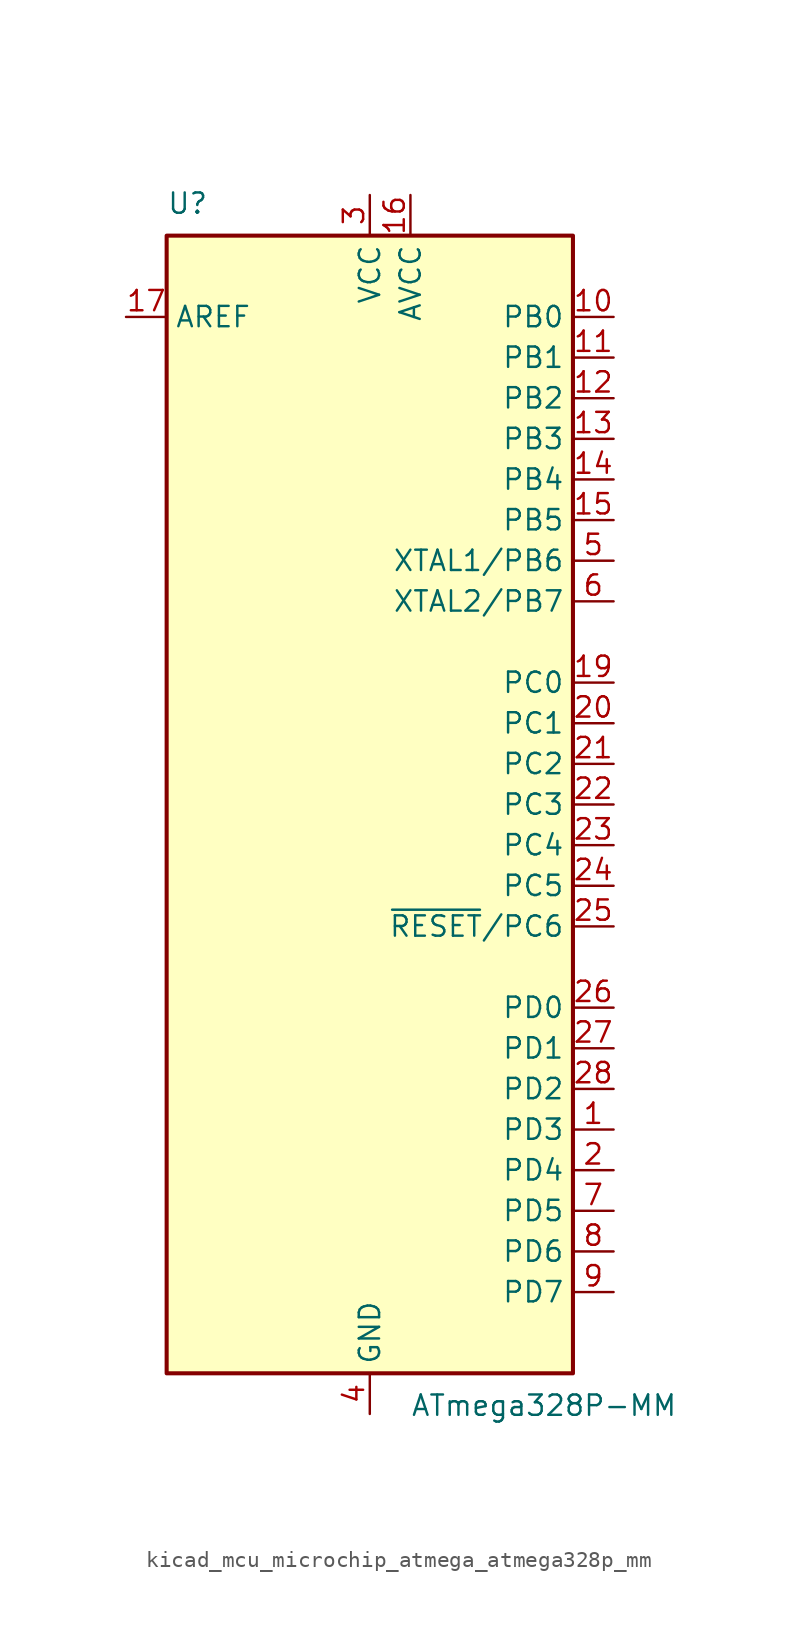
<source format=kicad_sym>
(kicad_symbol_lib
  (version 20220914)
  (generator kicad_symbol_editor)
  (symbol "kicad_mcu_microchip_atmega_atmega328p_mm"
    (property "Reference" "U"
      (at -12.7 36.83 0)
      (effects (font (size 1.27 1.27)) (justify left bottom)))
    (property "Value" "ATmega328P-MM"
      (at 2.54 -36.83 0)
      (effects (font (size 1.27 1.27)) (justify left top)))
    (symbol "kicad_mcu_microchip_atmega_atmega328p_mm_0_1"
      (rectangle (start -12.7 -35.56) (end 12.7 35.56) (stroke (width 0.254) (type default)) (fill (type background))))
    (symbol "kicad_mcu_microchip_atmega_atmega328p_mm_1_1"
      (pin bidirectional line (at 15.24 -20.32 180) (length 2.54) (name "PD3" (effects (font (size 1.27 1.27)))) (number "1" (effects (font (size 1.27 1.27)))))
      (pin bidirectional line (at 15.24 30.48 180) (length 2.54) (name "PB0" (effects (font (size 1.27 1.27)))) (number "10" (effects (font (size 1.27 1.27)))))
      (pin bidirectional line (at 15.24 27.94 180) (length 2.54) (name "PB1" (effects (font (size 1.27 1.27)))) (number "11" (effects (font (size 1.27 1.27)))))
      (pin bidirectional line (at 15.24 25.4 180) (length 2.54) (name "PB2" (effects (font (size 1.27 1.27)))) (number "12" (effects (font (size 1.27 1.27)))))
      (pin bidirectional line (at 15.24 22.86 180) (length 2.54) (name "PB3" (effects (font (size 1.27 1.27)))) (number "13" (effects (font (size 1.27 1.27)))))
      (pin bidirectional line (at 15.24 20.32 180) (length 2.54) (name "PB4" (effects (font (size 1.27 1.27)))) (number "14" (effects (font (size 1.27 1.27)))))
      (pin bidirectional line (at 15.24 17.78 180) (length 2.54) (name "PB5" (effects (font (size 1.27 1.27)))) (number "15" (effects (font (size 1.27 1.27)))))
      (pin power_in line (at 2.54 38.1 270) (length 2.54) (name "AVCC" (effects (font (size 1.27 1.27)))) (number "16" (effects (font (size 1.27 1.27)))))
      (pin passive line (at -15.24 30.48 0) (length 2.54) (name "AREF" (effects (font (size 1.27 1.27)))) (number "17" (effects (font (size 1.27 1.27)))))
      (pin passive line (at 0 -38.1 90) (length 2.54) hide (name "GND" (effects (font (size 1.27 1.27)))) (number "18" (effects (font (size 1.27 1.27)))))
      (pin bidirectional line (at 15.24 7.62 180) (length 2.54) (name "PC0" (effects (font (size 1.27 1.27)))) (number "19" (effects (font (size 1.27 1.27)))))
      (pin bidirectional line (at 15.24 -22.86 180) (length 2.54) (name "PD4" (effects (font (size 1.27 1.27)))) (number "2" (effects (font (size 1.27 1.27)))))
      (pin bidirectional line (at 15.24 5.08 180) (length 2.54) (name "PC1" (effects (font (size 1.27 1.27)))) (number "20" (effects (font (size 1.27 1.27)))))
      (pin bidirectional line (at 15.24 2.54 180) (length 2.54) (name "PC2" (effects (font (size 1.27 1.27)))) (number "21" (effects (font (size 1.27 1.27)))))
      (pin bidirectional line (at 15.24 0 180) (length 2.54) (name "PC3" (effects (font (size 1.27 1.27)))) (number "22" (effects (font (size 1.27 1.27)))))
      (pin bidirectional line (at 15.24 -2.54 180) (length 2.54) (name "PC4" (effects (font (size 1.27 1.27)))) (number "23" (effects (font (size 1.27 1.27)))))
      (pin bidirectional line (at 15.24 -5.08 180) (length 2.54) (name "PC5" (effects (font (size 1.27 1.27)))) (number "24" (effects (font (size 1.27 1.27)))))
      (pin bidirectional line (at 15.24 -7.62 180) (length 2.54) (name "~{RESET}/PC6" (effects (font (size 1.27 1.27)))) (number "25" (effects (font (size 1.27 1.27)))))
      (pin bidirectional line (at 15.24 -12.7 180) (length 2.54) (name "PD0" (effects (font (size 1.27 1.27)))) (number "26" (effects (font (size 1.27 1.27)))))
      (pin bidirectional line (at 15.24 -15.24 180) (length 2.54) (name "PD1" (effects (font (size 1.27 1.27)))) (number "27" (effects (font (size 1.27 1.27)))))
      (pin bidirectional line (at 15.24 -17.78 180) (length 2.54) (name "PD2" (effects (font (size 1.27 1.27)))) (number "28" (effects (font (size 1.27 1.27)))))
      (pin passive line (at 0 -38.1 90) (length 2.54) hide (name "GND" (effects (font (size 1.27 1.27)))) (number "29" (effects (font (size 1.27 1.27)))))
      (pin power_in line (at 0 38.1 270) (length 2.54) (name "VCC" (effects (font (size 1.27 1.27)))) (number "3" (effects (font (size 1.27 1.27)))))
      (pin power_in line (at 0 -38.1 90) (length 2.54) (name "GND" (effects (font (size 1.27 1.27)))) (number "4" (effects (font (size 1.27 1.27)))))
      (pin bidirectional line (at 15.24 15.24 180) (length 2.54) (name "XTAL1/PB6" (effects (font (size 1.27 1.27)))) (number "5" (effects (font (size 1.27 1.27)))))
      (pin bidirectional line (at 15.24 12.7 180) (length 2.54) (name "XTAL2/PB7" (effects (font (size 1.27 1.27)))) (number "6" (effects (font (size 1.27 1.27)))))
      (pin bidirectional line (at 15.24 -25.4 180) (length 2.54) (name "PD5" (effects (font (size 1.27 1.27)))) (number "7" (effects (font (size 1.27 1.27)))))
      (pin bidirectional line (at 15.24 -27.94 180) (length 2.54) (name "PD6" (effects (font (size 1.27 1.27)))) (number "8" (effects (font (size 1.27 1.27)))))
      (pin bidirectional line (at 15.24 -30.48 180) (length 2.54) (name "PD7" (effects (font (size 1.27 1.27)))) (number "9" (effects (font (size 1.27 1.27))))))))
</source>
